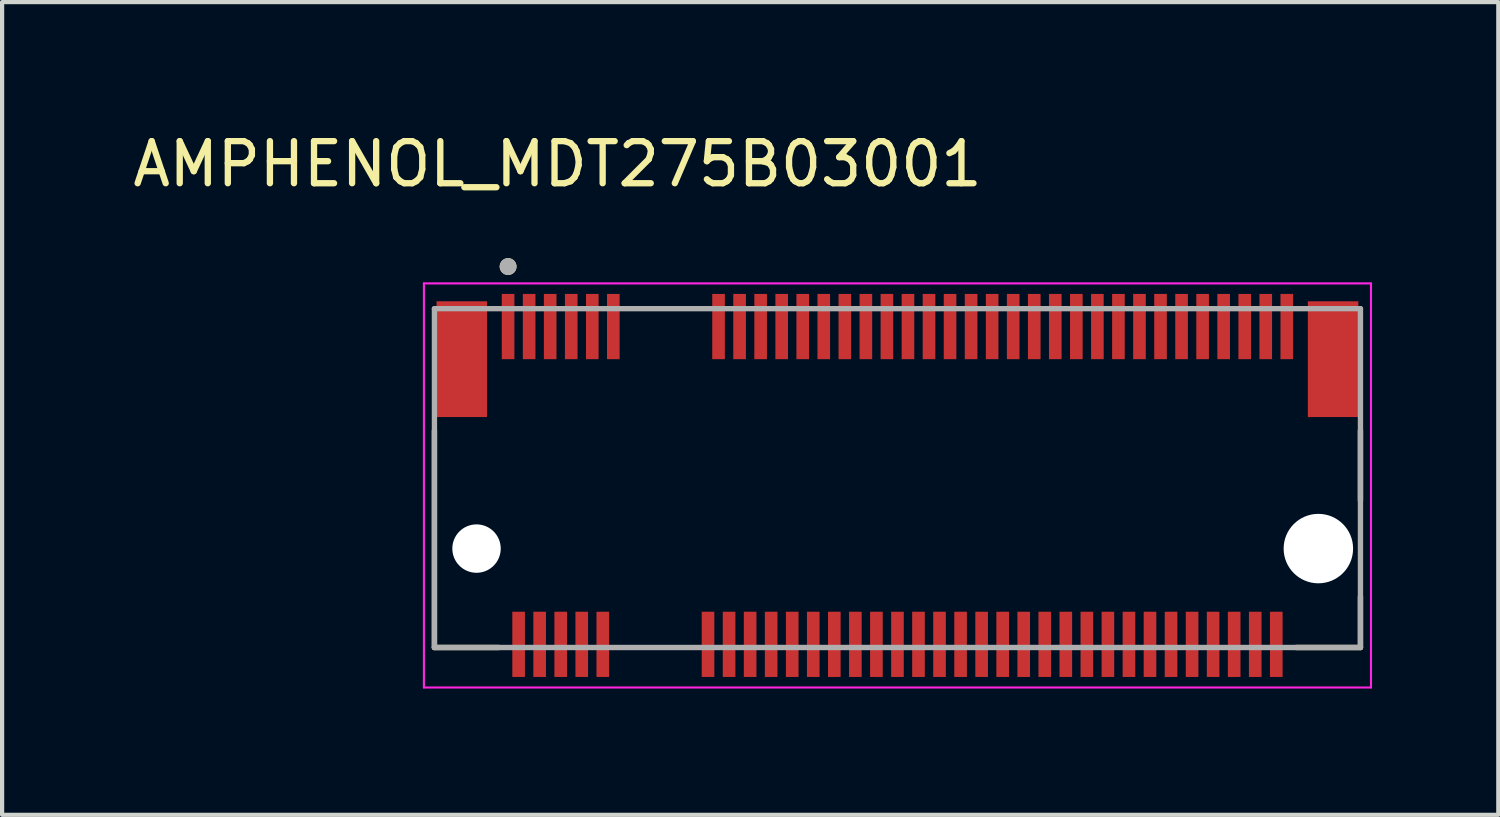
<source format=kicad_pcb>
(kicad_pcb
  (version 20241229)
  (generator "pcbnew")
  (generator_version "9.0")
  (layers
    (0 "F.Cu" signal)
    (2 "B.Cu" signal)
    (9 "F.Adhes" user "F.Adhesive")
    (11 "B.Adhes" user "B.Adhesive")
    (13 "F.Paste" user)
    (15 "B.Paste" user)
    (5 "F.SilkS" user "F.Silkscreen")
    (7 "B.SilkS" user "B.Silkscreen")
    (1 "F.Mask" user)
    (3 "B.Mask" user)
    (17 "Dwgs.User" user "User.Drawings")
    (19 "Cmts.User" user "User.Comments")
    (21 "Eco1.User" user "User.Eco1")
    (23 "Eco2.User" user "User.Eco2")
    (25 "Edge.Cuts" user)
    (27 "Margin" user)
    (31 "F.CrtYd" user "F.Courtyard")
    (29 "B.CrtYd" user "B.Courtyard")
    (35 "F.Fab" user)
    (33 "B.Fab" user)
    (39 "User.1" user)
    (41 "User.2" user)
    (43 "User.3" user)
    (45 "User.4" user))
  (footprint "AMPHENOL_MDT275B03001"
    (layer "F.Cu")
    (at 18.271 9.983)
    (property "Reference" "AMPHENOL_MDT275B03001" (at -8.075 -9.135 0) (layer "F.SilkS") (effects (font (size 1 1) (thickness 0.15))))
    (attr smd)
    (fp_line (start -11 2.35) (end -11 -2.805) (stroke (width 0.127) (type solid)) (layer "F.SilkS"))
    (fp_line (start -9.47 2.35) (end -11 2.35) (stroke (width 0.127) (type solid)) (layer "F.SilkS"))
    (fp_line (start 11 -2.805) (end 11 -1.145) (stroke (width 0.127) (type solid)) (layer "F.SilkS"))
    (fp_line (start 11 2.35) (end 9.47 2.35) (stroke (width 0.127) (type solid)) (layer "F.SilkS"))
    (fp_line (start 11 2.35) (end 11 1.145) (stroke (width 0.127) (type solid)) (layer "F.SilkS"))
    (fp_circle (center -9.25 -6.7) (end -9.15 -6.7) (stroke (width 0.2) (type solid)) (fill no) (layer "F.SilkS"))
    (fp_line (start -11.25 -6.3) (end -11.25 3.3) (stroke (width 0.05) (type solid)) (layer "F.CrtYd"))
    (fp_line (start -11.25 3.3) (end 11.25 3.3) (stroke (width 0.05) (type solid)) (layer "F.CrtYd"))
    (fp_line (start 11.25 -6.3) (end -11.25 -6.3) (stroke (width 0.05) (type solid)) (layer "F.CrtYd"))
    (fp_line (start 11.25 3.3) (end 11.25 -6.3) (stroke (width 0.05) (type solid)) (layer "F.CrtYd"))
    (fp_line (start -11 -5.7) (end 11 -5.7) (stroke (width 0.127) (type solid)) (layer "F.Fab"))
    (fp_line (start -11 2.35) (end -11 -5.7) (stroke (width 0.127) (type solid)) (layer "F.Fab"))
    (fp_line (start 11 -5.7) (end 11 2.35) (stroke (width 0.127) (type solid)) (layer "F.Fab"))
    (fp_line (start 11 2.35) (end -11 2.35) (stroke (width 0.127) (type solid)) (layer "F.Fab"))
    (fp_circle (center -9.25 -6.7) (end -9.15 -6.7) (stroke (width 0.2) (type solid)) (fill no) (layer "F.Fab"))
    (pad "" np_thru_hole circle (at -10 0) (size 1.15 1.15) (drill 1.15) (layers "*.Cu" "*.Mask"))
    (pad "" np_thru_hole circle (at 10 0) (size 1.65 1.65) (drill 1.65) (layers "*.Cu" "*.Mask"))
    (pad "1" smd rect (at -9.25 -5.275) (size 0.3 1.55) (layers "F.Cu" "F.Mask" "F.Paste"))
    (pad "2" smd rect (at -9 2.275) (size 0.3 1.55) (layers "F.Cu" "F.Mask" "F.Paste"))
    (pad "3" smd rect (at -8.75 -5.275) (size 0.3 1.55) (layers "F.Cu" "F.Mask" "F.Paste"))
    (pad "4" smd rect (at -8.5 2.275) (size 0.3 1.55) (layers "F.Cu" "F.Mask" "F.Paste"))
    (pad "5" smd rect (at -8.25 -5.275) (size 0.3 1.55) (layers "F.Cu" "F.Mask" "F.Paste"))
    (pad "6" smd rect (at -8 2.275) (size 0.3 1.55) (layers "F.Cu" "F.Mask" "F.Paste"))
    (pad "7" smd rect (at -7.75 -5.275) (size 0.3 1.55) (layers "F.Cu" "F.Mask" "F.Paste"))
    (pad "8" smd rect (at -7.5 2.275) (size 0.3 1.55) (layers "F.Cu" "F.Mask" "F.Paste"))
    (pad "9" smd rect (at -7.25 -5.275) (size 0.3 1.55) (layers "F.Cu" "F.Mask" "F.Paste"))
    (pad "10" smd rect (at -7 2.275) (size 0.3 1.55) (layers "F.Cu" "F.Mask" "F.Paste"))
    (pad "11" smd rect (at -6.75 -5.275) (size 0.3 1.55) (layers "F.Cu" "F.Mask" "F.Paste"))
    (pad "20" smd rect (at -4.5 2.275) (size 0.3 1.55) (layers "F.Cu" "F.Mask" "F.Paste"))
    (pad "21" smd rect (at -4.25 -5.275) (size 0.3 1.55) (layers "F.Cu" "F.Mask" "F.Paste"))
    (pad "22" smd rect (at -4 2.275) (size 0.3 1.55) (layers "F.Cu" "F.Mask" "F.Paste"))
    (pad "23" smd rect (at -3.75 -5.275) (size 0.3 1.55) (layers "F.Cu" "F.Mask" "F.Paste"))
    (pad "24" smd rect (at -3.5 2.275) (size 0.3 1.55) (layers "F.Cu" "F.Mask" "F.Paste"))
    (pad "25" smd rect (at -3.25 -5.275) (size 0.3 1.55) (layers "F.Cu" "F.Mask" "F.Paste"))
    (pad "26" smd rect (at -3 2.275) (size 0.3 1.55) (layers "F.Cu" "F.Mask" "F.Paste"))
    (pad "27" smd rect (at -2.75 -5.275) (size 0.3 1.55) (layers "F.Cu" "F.Mask" "F.Paste"))
    (pad "28" smd rect (at -2.5 2.275) (size 0.3 1.55) (layers "F.Cu" "F.Mask" "F.Paste"))
    (pad "29" smd rect (at -2.25 -5.275) (size 0.3 1.55) (layers "F.Cu" "F.Mask" "F.Paste"))
    (pad "30" smd rect (at -2 2.275) (size 0.3 1.55) (layers "F.Cu" "F.Mask" "F.Paste"))
    (pad "31" smd rect (at -1.75 -5.275) (size 0.3 1.55) (layers "F.Cu" "F.Mask" "F.Paste"))
    (pad "32" smd rect (at -1.5 2.275) (size 0.3 1.55) (layers "F.Cu" "F.Mask" "F.Paste"))
    (pad "33" smd rect (at -1.25 -5.275) (size 0.3 1.55) (layers "F.Cu" "F.Mask" "F.Paste"))
    (pad "34" smd rect (at -1 2.275) (size 0.3 1.55) (layers "F.Cu" "F.Mask" "F.Paste"))
    (pad "35" smd rect (at -0.75 -5.275) (size 0.3 1.55) (layers "F.Cu" "F.Mask" "F.Paste"))
    (pad "36" smd rect (at -0.5 2.275) (size 0.3 1.55) (layers "F.Cu" "F.Mask" "F.Paste"))
    (pad "37" smd rect (at -0.25 -5.275) (size 0.3 1.55) (layers "F.Cu" "F.Mask" "F.Paste"))
    (pad "38" smd rect (at 0 2.275) (size 0.3 1.55) (layers "F.Cu" "F.Mask" "F.Paste"))
    (pad "39" smd rect (at 0.25 -5.275) (size 0.3 1.55) (layers "F.Cu" "F.Mask" "F.Paste"))
    (pad "40" smd rect (at 0.5 2.275) (size 0.3 1.55) (layers "F.Cu" "F.Mask" "F.Paste"))
    (pad "41" smd rect (at 0.75 -5.275) (size 0.3 1.55) (layers "F.Cu" "F.Mask" "F.Paste"))
    (pad "42" smd rect (at 1 2.275) (size 0.3 1.55) (layers "F.Cu" "F.Mask" "F.Paste"))
    (pad "43" smd rect (at 1.25 -5.275) (size 0.3 1.55) (layers "F.Cu" "F.Mask" "F.Paste"))
    (pad "44" smd rect (at 1.5 2.275) (size 0.3 1.55) (layers "F.Cu" "F.Mask" "F.Paste"))
    (pad "45" smd rect (at 1.75 -5.275) (size 0.3 1.55) (layers "F.Cu" "F.Mask" "F.Paste"))
    (pad "46" smd rect (at 2 2.275) (size 0.3 1.55) (layers "F.Cu" "F.Mask" "F.Paste"))
    (pad "47" smd rect (at 2.25 -5.275) (size 0.3 1.55) (layers "F.Cu" "F.Mask" "F.Paste"))
    (pad "48" smd rect (at 2.5 2.275) (size 0.3 1.55) (layers "F.Cu" "F.Mask" "F.Paste"))
    (pad "49" smd rect (at 2.75 -5.275) (size 0.3 1.55) (layers "F.Cu" "F.Mask" "F.Paste"))
    (pad "50" smd rect (at 3 2.275) (size 0.3 1.55) (layers "F.Cu" "F.Mask" "F.Paste"))
    (pad "51" smd rect (at 3.25 -5.275) (size 0.3 1.55) (layers "F.Cu" "F.Mask" "F.Paste"))
    (pad "52" smd rect (at 3.5 2.275) (size 0.3 1.55) (layers "F.Cu" "F.Mask" "F.Paste"))
    (pad "53" smd rect (at 3.75 -5.275) (size 0.3 1.55) (layers "F.Cu" "F.Mask" "F.Paste"))
    (pad "54" smd rect (at 4 2.275) (size 0.3 1.55) (layers "F.Cu" "F.Mask" "F.Paste"))
    (pad "55" smd rect (at 4.25 -5.275) (size 0.3 1.55) (layers "F.Cu" "F.Mask" "F.Paste"))
    (pad "56" smd rect (at 4.5 2.275) (size 0.3 1.55) (layers "F.Cu" "F.Mask" "F.Paste"))
    (pad "57" smd rect (at 4.75 -5.275) (size 0.3 1.55) (layers "F.Cu" "F.Mask" "F.Paste"))
    (pad "58" smd rect (at 5 2.275) (size 0.3 1.55) (layers "F.Cu" "F.Mask" "F.Paste"))
    (pad "59" smd rect (at 5.25 -5.275) (size 0.3 1.55) (layers "F.Cu" "F.Mask" "F.Paste"))
    (pad "60" smd rect (at 5.5 2.275) (size 0.3 1.55) (layers "F.Cu" "F.Mask" "F.Paste"))
    (pad "61" smd rect (at 5.75 -5.275) (size 0.3 1.55) (layers "F.Cu" "F.Mask" "F.Paste"))
    (pad "62" smd rect (at 6 2.275) (size 0.3 1.55) (layers "F.Cu" "F.Mask" "F.Paste"))
    (pad "63" smd rect (at 6.25 -5.275) (size 0.3 1.55) (layers "F.Cu" "F.Mask" "F.Paste"))
    (pad "64" smd rect (at 6.5 2.275) (size 0.3 1.55) (layers "F.Cu" "F.Mask" "F.Paste"))
    (pad "65" smd rect (at 6.75 -5.275) (size 0.3 1.55) (layers "F.Cu" "F.Mask" "F.Paste"))
    (pad "66" smd rect (at 7 2.275) (size 0.3 1.55) (layers "F.Cu" "F.Mask" "F.Paste"))
    (pad "67" smd rect (at 7.25 -5.275) (size 0.3 1.55) (layers "F.Cu" "F.Mask" "F.Paste"))
    (pad "68" smd rect (at 7.5 2.275) (size 0.3 1.55) (layers "F.Cu" "F.Mask" "F.Paste"))
    (pad "69" smd rect (at 7.75 -5.275) (size 0.3 1.55) (layers "F.Cu" "F.Mask" "F.Paste"))
    (pad "70" smd rect (at 8 2.275) (size 0.3 1.55) (layers "F.Cu" "F.Mask" "F.Paste"))
    (pad "71" smd rect (at 8.25 -5.275) (size 0.3 1.55) (layers "F.Cu" "F.Mask" "F.Paste"))
    (pad "72" smd rect (at 8.5 2.275) (size 0.3 1.55) (layers "F.Cu" "F.Mask" "F.Paste"))
    (pad "73" smd rect (at 8.75 -5.275) (size 0.3 1.55) (layers "F.Cu" "F.Mask" "F.Paste"))
    (pad "74" smd rect (at 9 2.275) (size 0.3 1.55) (layers "F.Cu" "F.Mask" "F.Paste"))
    (pad "75" smd rect (at 9.25 -5.275) (size 0.3 1.55) (layers "F.Cu" "F.Mask" "F.Paste"))
    (pad "P1" smd rect (at -10.35 -4.5) (size 1.2 2.75) (layers "F.Cu" "F.Mask" "F.Paste"))
    (pad "P2" smd rect (at 10.35 -4.5) (size 1.2 2.75) (layers "F.Cu" "F.Mask" "F.Paste")))
  (gr_rect
    (start -3 -3)
    (end 32.546 16.308)
    (stroke (width 0.1) (type default))
    (fill no)
    (layer "Edge.Cuts")))
</source>
